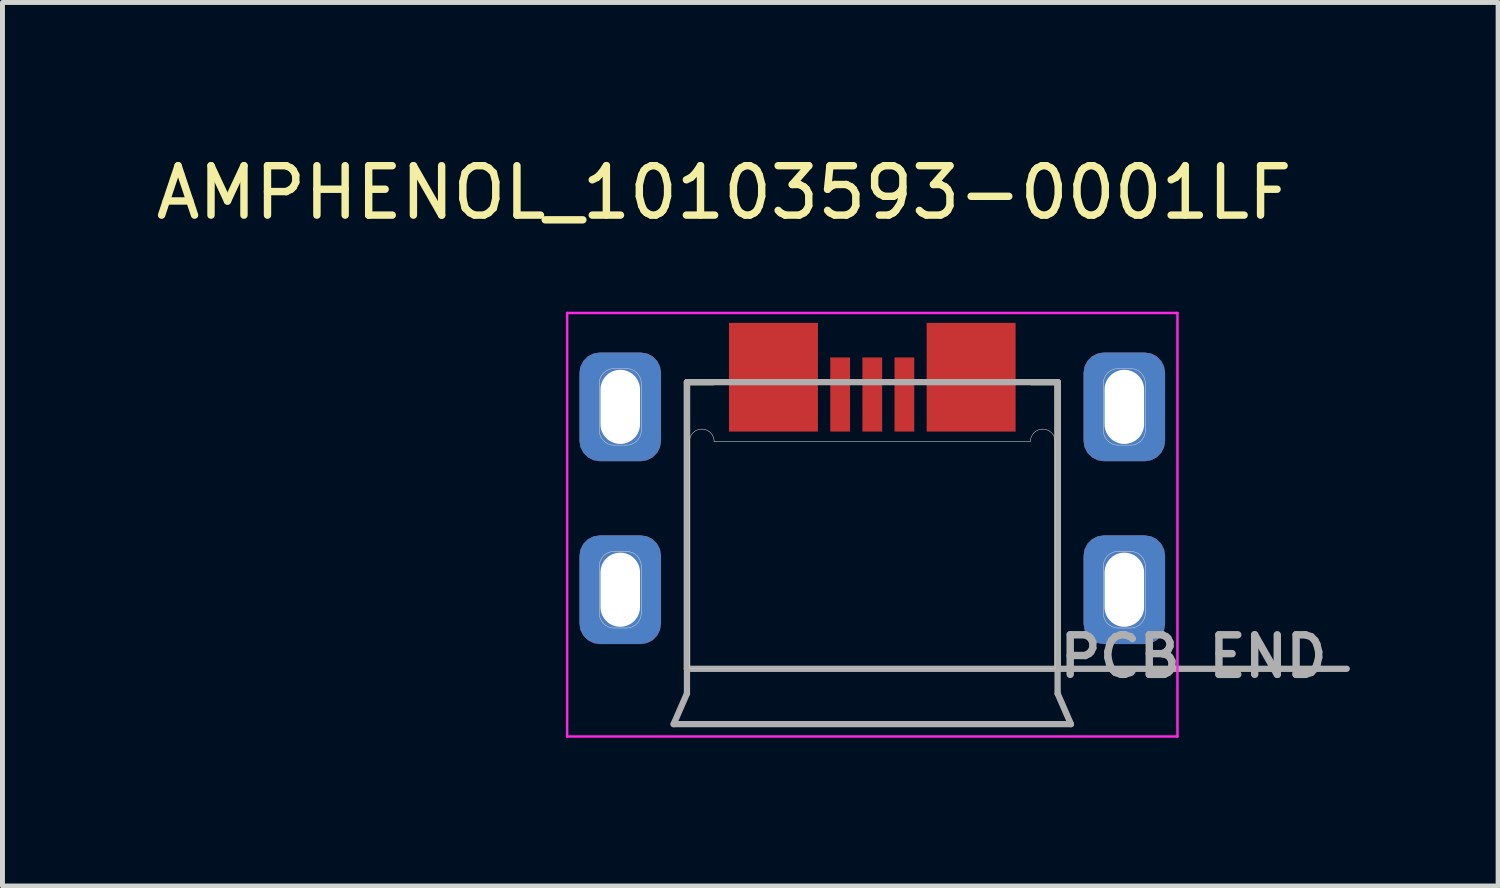
<source format=kicad_pcb>
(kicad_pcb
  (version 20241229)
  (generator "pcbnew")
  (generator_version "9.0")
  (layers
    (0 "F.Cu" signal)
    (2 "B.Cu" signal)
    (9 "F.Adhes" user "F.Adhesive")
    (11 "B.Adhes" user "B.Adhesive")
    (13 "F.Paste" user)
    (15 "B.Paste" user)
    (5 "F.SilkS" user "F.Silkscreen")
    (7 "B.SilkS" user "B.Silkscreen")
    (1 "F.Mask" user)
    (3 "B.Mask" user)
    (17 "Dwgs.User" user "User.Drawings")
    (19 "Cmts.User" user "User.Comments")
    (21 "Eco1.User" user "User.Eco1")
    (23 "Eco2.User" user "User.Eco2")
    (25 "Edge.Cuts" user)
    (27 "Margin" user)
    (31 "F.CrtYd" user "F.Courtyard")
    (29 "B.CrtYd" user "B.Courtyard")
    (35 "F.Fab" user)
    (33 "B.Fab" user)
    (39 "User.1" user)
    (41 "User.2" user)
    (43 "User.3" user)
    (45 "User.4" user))
  (footprint "AMPHENOL_10103593-0001LF"
    (layer "F.Cu")
    (at 14.601 8.883)
    (property "Reference" "AMPHENOL_10103593-0001LF" (at -3 -8.035 0) (layer "F.SilkS") (effects (font (size 1 1) (thickness 0.15))))
    (attr smd)
    (fp_line (start -3.75 -4.2) (end -3.22 -4.2) (stroke (width 0.127) (type solid)) (layer "F.SilkS"))
    (fp_line (start -3.75 1.6) (end -3.75 -4.2) (stroke (width 0.127) (type solid)) (layer "F.SilkS"))
    (fp_line (start 3.22 -4.2) (end 3.75 -4.2) (stroke (width 0.127) (type solid)) (layer "F.SilkS"))
    (fp_line (start 3.75 -4.2) (end 3.75 1.6) (stroke (width 0.127) (type solid)) (layer "F.SilkS"))
    (fp_line (start -5.525 -4.175) (end -5.525 -3.225) (stroke (width 0.01) (type solid)) (layer "Edge.Cuts"))
    (fp_line (start -5.525 -0.475) (end -5.525 0.475) (stroke (width 0.01) (type solid)) (layer "Edge.Cuts"))
    (fp_line (start -5.225 -2.925) (end -4.975 -2.925) (stroke (width 0.01) (type solid)) (layer "Edge.Cuts"))
    (fp_line (start -5.225 0.775) (end -4.975 0.775) (stroke (width 0.01) (type solid)) (layer "Edge.Cuts"))
    (fp_line (start -4.975 -4.475) (end -5.225 -4.475) (stroke (width 0.01) (type solid)) (layer "Edge.Cuts"))
    (fp_line (start -4.975 -0.775) (end -5.225 -0.775) (stroke (width 0.01) (type solid)) (layer "Edge.Cuts"))
    (fp_line (start -4.675 -3.225) (end -4.675 -4.175) (stroke (width 0.01) (type solid)) (layer "Edge.Cuts"))
    (fp_line (start -4.675 0.475) (end -4.675 -0.475) (stroke (width 0.01) (type solid)) (layer "Edge.Cuts"))
    (fp_line (start -3.7 1.6) (end -3.7 -3) (stroke (width 0.01) (type solid)) (layer "Edge.Cuts"))
    (fp_line (start -3.2 -3) (end 3.2 -3) (stroke (width 0.01) (type solid)) (layer "Edge.Cuts"))
    (fp_line (start 3.7 -3) (end 3.7 1.6) (stroke (width 0.01) (type solid)) (layer "Edge.Cuts"))
    (fp_line (start 3.7 1.6) (end -3.7 1.6) (stroke (width 0.01) (type solid)) (layer "Edge.Cuts"))
    (fp_line (start 4.675 -4.175) (end 4.675 -3.225) (stroke (width 0.01) (type solid)) (layer "Edge.Cuts"))
    (fp_line (start 4.675 -0.475) (end 4.675 0.475) (stroke (width 0.01) (type solid)) (layer "Edge.Cuts"))
    (fp_line (start 4.975 -2.925) (end 5.225 -2.925) (stroke (width 0.01) (type solid)) (layer "Edge.Cuts"))
    (fp_line (start 4.975 0.775) (end 5.225 0.775) (stroke (width 0.01) (type solid)) (layer "Edge.Cuts"))
    (fp_line (start 5.225 -4.475) (end 4.975 -4.475) (stroke (width 0.01) (type solid)) (layer "Edge.Cuts"))
    (fp_line (start 5.225 -0.775) (end 4.975 -0.775) (stroke (width 0.01) (type solid)) (layer "Edge.Cuts"))
    (fp_line (start 5.525 -3.225) (end 5.525 -4.175) (stroke (width 0.01) (type solid)) (layer "Edge.Cuts"))
    (fp_line (start 5.525 0.475) (end 5.525 -0.475) (stroke (width 0.01) (type solid)) (layer "Edge.Cuts"))
    (fp_arc (start -5.525 -4.175) (mid -5.437132 -4.387132) (end -5.225 -4.475) (stroke (width 0.01) (type solid)) (layer "Edge.Cuts"))
    (fp_arc (start -5.525 -0.475) (mid -5.437132 -0.687132) (end -5.225 -0.775) (stroke (width 0.01) (type solid)) (layer "Edge.Cuts"))
    (fp_arc (start -5.225 -2.925) (mid -5.437132 -3.012868) (end -5.525 -3.225) (stroke (width 0.01) (type solid)) (layer "Edge.Cuts"))
    (fp_arc (start -5.225 0.775) (mid -5.437132 0.687132) (end -5.525 0.475) (stroke (width 0.01) (type solid)) (layer "Edge.Cuts"))
    (fp_arc (start -4.975 -4.475) (mid -4.762868 -4.387132) (end -4.675 -4.175) (stroke (width 0.01) (type solid)) (layer "Edge.Cuts"))
    (fp_arc (start -4.975 -0.775) (mid -4.762868 -0.687132) (end -4.675 -0.475) (stroke (width 0.01) (type solid)) (layer "Edge.Cuts"))
    (fp_arc (start -4.675 -3.225) (mid -4.762868 -3.012868) (end -4.975 -2.925) (stroke (width 0.01) (type solid)) (layer "Edge.Cuts"))
    (fp_arc (start -4.675 0.475) (mid -4.762868 0.687132) (end -4.975 0.775) (stroke (width 0.01) (type solid)) (layer "Edge.Cuts"))
    (fp_arc (start -3.7 -3) (mid -3.626777 -3.176777) (end -3.45 -3.25) (stroke (width 0.01) (type solid)) (layer "Edge.Cuts"))
    (fp_arc (start -3.45 -3.25) (mid -3.273223 -3.176777) (end -3.2 -3) (stroke (width 0.01) (type solid)) (layer "Edge.Cuts"))
    (fp_arc (start 3.2 -3) (mid 3.273223 -3.176777) (end 3.45 -3.25) (stroke (width 0.01) (type solid)) (layer "Edge.Cuts"))
    (fp_arc (start 3.45 -3.25) (mid 3.626777 -3.176777) (end 3.7 -3) (stroke (width 0.01) (type solid)) (layer "Edge.Cuts"))
    (fp_arc (start 4.675 -4.175) (mid 4.762868 -4.387132) (end 4.975 -4.475) (stroke (width 0.01) (type solid)) (layer "Edge.Cuts"))
    (fp_arc (start 4.675 -0.475) (mid 4.762868 -0.687132) (end 4.975 -0.775) (stroke (width 0.01) (type solid)) (layer "Edge.Cuts"))
    (fp_arc (start 4.975 -2.925) (mid 4.762868 -3.012868) (end 4.675 -3.225) (stroke (width 0.01) (type solid)) (layer "Edge.Cuts"))
    (fp_arc (start 4.975 0.775) (mid 4.762868 0.687132) (end 4.675 0.475) (stroke (width 0.01) (type solid)) (layer "Edge.Cuts"))
    (fp_arc (start 5.225 -4.475) (mid 5.437132 -4.387132) (end 5.525 -4.175) (stroke (width 0.01) (type solid)) (layer "Edge.Cuts"))
    (fp_arc (start 5.225 -0.775) (mid 5.437132 -0.687132) (end 5.525 -0.475) (stroke (width 0.01) (type solid)) (layer "Edge.Cuts"))
    (fp_arc (start 5.525 -3.225) (mid 5.437132 -3.012868) (end 5.225 -2.925) (stroke (width 0.01) (type solid)) (layer "Edge.Cuts"))
    (fp_arc (start 5.525 0.475) (mid 5.437132 0.687132) (end 5.225 0.775) (stroke (width 0.01) (type solid)) (layer "Edge.Cuts"))
    (fp_line (start -6.175 -5.6) (end 6.175 -5.6) (stroke (width 0.05) (type solid)) (layer "F.CrtYd"))
    (fp_line (start -6.175 2.97) (end -6.175 -5.6) (stroke (width 0.05) (type solid)) (layer "F.CrtYd"))
    (fp_line (start 6.175 -5.6) (end 6.175 2.97) (stroke (width 0.05) (type solid)) (layer "F.CrtYd"))
    (fp_line (start 6.175 2.97) (end -6.175 2.97) (stroke (width 0.05) (type solid)) (layer "F.CrtYd"))
    (fp_line (start -4.02 2.72) (end 4.02 2.72) (stroke (width 0.127) (type solid)) (layer "F.Fab"))
    (fp_line (start -3.75 -4.2) (end 3.75 -4.2) (stroke (width 0.127) (type solid)) (layer "F.Fab"))
    (fp_line (start -3.75 1.6) (end -3.75 -4.2) (stroke (width 0.127) (type solid)) (layer "F.Fab"))
    (fp_line (start -3.75 1.6) (end 9.6 1.6) (stroke (width 0.127) (type solid)) (layer "F.Fab"))
    (fp_line (start -3.75 2.1) (end -4.02 2.72) (stroke (width 0.127) (type solid)) (layer "F.Fab"))
    (fp_line (start -3.75 2.1) (end -3.75 1.6) (stroke (width 0.127) (type solid)) (layer "F.Fab"))
    (fp_line (start 3.75 -4.2) (end 3.75 2.1) (stroke (width 0.127) (type solid)) (layer "F.Fab"))
    (fp_line (start 4.02 2.72) (end 3.75 2.1) (stroke (width 0.127) (type solid)) (layer "F.Fab"))
    (fp_text user "PCB END" (at 6.5 1.35 0) (layer "F.Fab") (effects (font (size 0.8 0.8) (thickness 0.15))))
    (pad "" thru_hole roundrect (at -5.1 -3.7) (size 1.65 2.2) (drill oval 0.8 1.5) (layers "*.Cu") (roundrect_rratio 0.25))
    (pad "" thru_hole roundrect (at -5.1 0) (size 1.65 2.2) (drill oval 0.8 1.5) (layers "*.Cu") (roundrect_rratio 0.25))
    (pad "" thru_hole roundrect (at 5.1 -3.7) (size 1.65 2.2) (drill oval 0.8 1.5) (layers "*.Cu") (roundrect_rratio 0.25))
    (pad "" thru_hole roundrect (at 5.1 0) (size 1.65 2.2) (drill oval 0.8 1.5) (layers "*.Cu") (roundrect_rratio 0.25))
    (pad "1" smd rect (at -2 -4.3) (size 1.8 2.2) (layers "F.Cu" "F.Mask" "F.Paste"))
    (pad "2" smd rect (at -0.65 -3.95) (size 0.4 1.5) (layers "F.Cu" "F.Mask" "F.Paste"))
    (pad "3" smd rect (at 0 -3.95) (size 0.4 1.5) (layers "F.Cu" "F.Mask" "F.Paste"))
    (pad "4" smd rect (at 0.65 -3.95) (size 0.4 1.5) (layers "F.Cu" "F.Mask" "F.Paste"))
    (pad "5" smd rect (at 2 -4.3) (size 1.8 2.2) (layers "F.Cu" "F.Mask" "F.Paste")))
  (gr_rect
    (start -3 -3)
    (end 27.265 14.878)
    (stroke (width 0.1) (type default))
    (fill no)
    (layer "Edge.Cuts")))
</source>
